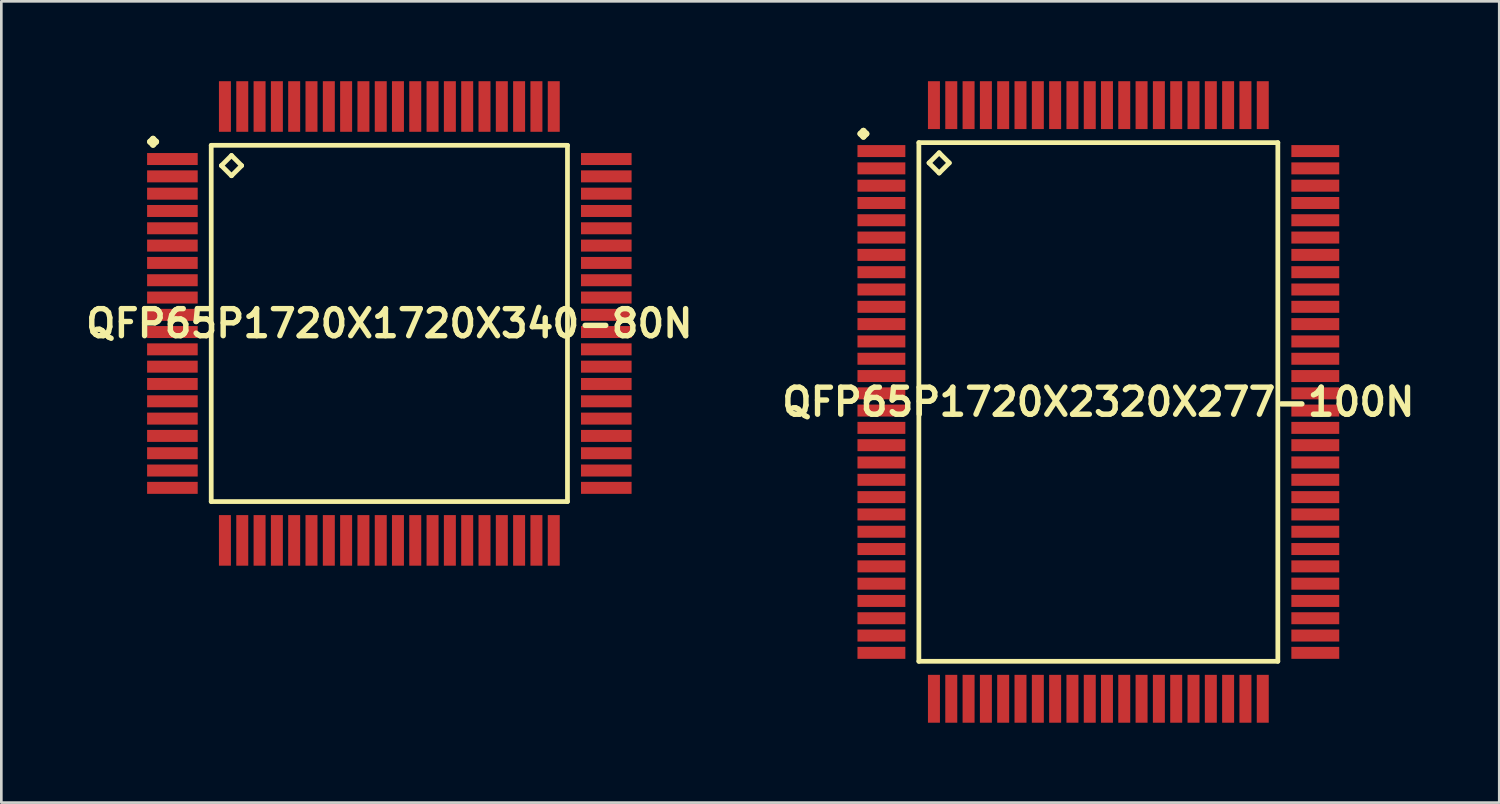
<source format=kicad_pcb>
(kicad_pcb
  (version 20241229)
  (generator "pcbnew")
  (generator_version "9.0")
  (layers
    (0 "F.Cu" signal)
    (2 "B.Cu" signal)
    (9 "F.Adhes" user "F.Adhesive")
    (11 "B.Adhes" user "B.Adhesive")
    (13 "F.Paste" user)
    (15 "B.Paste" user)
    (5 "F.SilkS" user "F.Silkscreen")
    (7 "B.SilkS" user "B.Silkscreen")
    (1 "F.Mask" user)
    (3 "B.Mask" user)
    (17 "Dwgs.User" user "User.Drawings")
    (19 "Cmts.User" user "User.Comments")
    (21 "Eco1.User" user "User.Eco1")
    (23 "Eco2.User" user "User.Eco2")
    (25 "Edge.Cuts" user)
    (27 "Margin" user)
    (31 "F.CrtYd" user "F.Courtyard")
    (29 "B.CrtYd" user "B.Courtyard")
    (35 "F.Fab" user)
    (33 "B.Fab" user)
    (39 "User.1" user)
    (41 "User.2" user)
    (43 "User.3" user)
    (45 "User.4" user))
  (footprint "QFP65P1720X1720X340-80N"
    (layer "F.Cu")
    (at 11.573 9.098)
    (property "Reference" "QFP65P1720X1720X340-80N" (at 0 0 0) (layer "F.SilkS") (effects (font (size 1.016 1.016) (thickness 0.203))))
    (attr smd)
    (fp_line (start -8.987 -6.825) (end -8.875 -6.937) (stroke (width 0.224) (type solid)) (layer "F.SilkS"))
    (fp_line (start -8.875 -6.937) (end -8.76 -6.825) (stroke (width 0.224) (type solid)) (layer "F.SilkS"))
    (fp_line (start -8.875 -6.711) (end -8.987 -6.825) (stroke (width 0.224) (type solid)) (layer "F.SilkS"))
    (fp_line (start -8.76 -6.825) (end -8.875 -6.711) (stroke (width 0.224) (type solid)) (layer "F.SilkS"))
    (fp_line (start -6.69 -6.69) (end -6.69 6.69) (stroke (width 0.178) (type solid)) (layer "F.SilkS"))
    (fp_line (start -6.69 6.69) (end 6.69 6.69) (stroke (width 0.178) (type solid)) (layer "F.SilkS"))
    (fp_line (start -6.309 -5.928) (end -5.928 -6.309) (stroke (width 0.178) (type solid)) (layer "F.SilkS"))
    (fp_line (start -5.928 -6.309) (end -5.547 -5.928) (stroke (width 0.178) (type solid)) (layer "F.SilkS"))
    (fp_line (start -5.928 -5.547) (end -6.309 -5.928) (stroke (width 0.178) (type solid)) (layer "F.SilkS"))
    (fp_line (start -5.547 -5.928) (end -5.928 -5.547) (stroke (width 0.178) (type solid)) (layer "F.SilkS"))
    (fp_line (start 6.69 -6.69) (end -6.69 -6.69) (stroke (width 0.178) (type solid)) (layer "F.SilkS"))
    (fp_line (start 6.69 6.69) (end 6.69 -6.69) (stroke (width 0.178) (type solid)) (layer "F.SilkS"))
    (pad "1" smd rect (at -8.148 -6.175) (size 1.9 0.45) (layers "F.Cu" "F.Mask" "F.Paste"))
    (pad "2" smd rect (at -8.148 -5.524) (size 1.9 0.45) (layers "F.Cu" "F.Mask" "F.Paste"))
    (pad "3" smd rect (at -8.148 -4.874) (size 1.9 0.45) (layers "F.Cu" "F.Mask" "F.Paste"))
    (pad "4" smd rect (at -8.148 -4.224) (size 1.9 0.45) (layers "F.Cu" "F.Mask" "F.Paste"))
    (pad "5" smd rect (at -8.148 -3.574) (size 1.9 0.45) (layers "F.Cu" "F.Mask" "F.Paste"))
    (pad "6" smd rect (at -8.148 -2.924) (size 1.9 0.45) (layers "F.Cu" "F.Mask" "F.Paste"))
    (pad "7" smd rect (at -8.148 -2.273) (size 1.9 0.45) (layers "F.Cu" "F.Mask" "F.Paste"))
    (pad "8" smd rect (at -8.148 -1.623) (size 1.9 0.45) (layers "F.Cu" "F.Mask" "F.Paste"))
    (pad "9" smd rect (at -8.148 -0.973) (size 1.9 0.45) (layers "F.Cu" "F.Mask" "F.Paste"))
    (pad "10" smd rect (at -8.148 -0.323) (size 1.9 0.45) (layers "F.Cu" "F.Mask" "F.Paste"))
    (pad "11" smd rect (at -8.148 0.323) (size 1.9 0.45) (layers "F.Cu" "F.Mask" "F.Paste"))
    (pad "12" smd rect (at -8.148 0.973) (size 1.9 0.45) (layers "F.Cu" "F.Mask" "F.Paste"))
    (pad "13" smd rect (at -8.148 1.623) (size 1.9 0.45) (layers "F.Cu" "F.Mask" "F.Paste"))
    (pad "14" smd rect (at -8.148 2.273) (size 1.9 0.45) (layers "F.Cu" "F.Mask" "F.Paste"))
    (pad "15" smd rect (at -8.148 2.924) (size 1.9 0.45) (layers "F.Cu" "F.Mask" "F.Paste"))
    (pad "16" smd rect (at -8.148 3.574) (size 1.9 0.45) (layers "F.Cu" "F.Mask" "F.Paste"))
    (pad "17" smd rect (at -8.148 4.224) (size 1.9 0.45) (layers "F.Cu" "F.Mask" "F.Paste"))
    (pad "18" smd rect (at -8.148 4.874) (size 1.9 0.45) (layers "F.Cu" "F.Mask" "F.Paste"))
    (pad "19" smd rect (at -8.148 5.524) (size 1.9 0.45) (layers "F.Cu" "F.Mask" "F.Paste"))
    (pad "20" smd rect (at -8.148 6.175) (size 1.9 0.45) (layers "F.Cu" "F.Mask" "F.Paste"))
    (pad "21" smd rect (at -6.175 8.148) (size 0.45 1.9) (layers "F.Cu" "F.Mask" "F.Paste"))
    (pad "22" smd rect (at -5.524 8.148) (size 0.45 1.9) (layers "F.Cu" "F.Mask" "F.Paste"))
    (pad "23" smd rect (at -4.874 8.148) (size 0.45 1.9) (layers "F.Cu" "F.Mask" "F.Paste"))
    (pad "24" smd rect (at -4.224 8.148) (size 0.45 1.9) (layers "F.Cu" "F.Mask" "F.Paste"))
    (pad "25" smd rect (at -3.574 8.148) (size 0.45 1.9) (layers "F.Cu" "F.Mask" "F.Paste"))
    (pad "26" smd rect (at -2.924 8.148) (size 0.45 1.9) (layers "F.Cu" "F.Mask" "F.Paste"))
    (pad "27" smd rect (at -2.273 8.148) (size 0.45 1.9) (layers "F.Cu" "F.Mask" "F.Paste"))
    (pad "28" smd rect (at -1.623 8.148) (size 0.45 1.9) (layers "F.Cu" "F.Mask" "F.Paste"))
    (pad "29" smd rect (at -0.973 8.148) (size 0.45 1.9) (layers "F.Cu" "F.Mask" "F.Paste"))
    (pad "30" smd rect (at -0.323 8.148) (size 0.45 1.9) (layers "F.Cu" "F.Mask" "F.Paste"))
    (pad "31" smd rect (at 0.323 8.148) (size 0.45 1.9) (layers "F.Cu" "F.Mask" "F.Paste"))
    (pad "32" smd rect (at 0.973 8.148) (size 0.45 1.9) (layers "F.Cu" "F.Mask" "F.Paste"))
    (pad "33" smd rect (at 1.623 8.148) (size 0.45 1.9) (layers "F.Cu" "F.Mask" "F.Paste"))
    (pad "34" smd rect (at 2.273 8.148) (size 0.45 1.9) (layers "F.Cu" "F.Mask" "F.Paste"))
    (pad "35" smd rect (at 2.924 8.148) (size 0.45 1.9) (layers "F.Cu" "F.Mask" "F.Paste"))
    (pad "36" smd rect (at 3.574 8.148) (size 0.45 1.9) (layers "F.Cu" "F.Mask" "F.Paste"))
    (pad "37" smd rect (at 4.224 8.148) (size 0.45 1.9) (layers "F.Cu" "F.Mask" "F.Paste"))
    (pad "38" smd rect (at 4.874 8.148) (size 0.45 1.9) (layers "F.Cu" "F.Mask" "F.Paste"))
    (pad "39" smd rect (at 5.524 8.148) (size 0.45 1.9) (layers "F.Cu" "F.Mask" "F.Paste"))
    (pad "40" smd rect (at 6.175 8.148) (size 0.45 1.9) (layers "F.Cu" "F.Mask" "F.Paste"))
    (pad "41" smd rect (at 8.148 6.175) (size 1.9 0.45) (layers "F.Cu" "F.Mask" "F.Paste"))
    (pad "42" smd rect (at 8.148 5.524) (size 1.9 0.45) (layers "F.Cu" "F.Mask" "F.Paste"))
    (pad "43" smd rect (at 8.148 4.874) (size 1.9 0.45) (layers "F.Cu" "F.Mask" "F.Paste"))
    (pad "44" smd rect (at 8.148 4.224) (size 1.9 0.45) (layers "F.Cu" "F.Mask" "F.Paste"))
    (pad "45" smd rect (at 8.148 3.574) (size 1.9 0.45) (layers "F.Cu" "F.Mask" "F.Paste"))
    (pad "46" smd rect (at 8.148 2.924) (size 1.9 0.45) (layers "F.Cu" "F.Mask" "F.Paste"))
    (pad "47" smd rect (at 8.148 2.273) (size 1.9 0.45) (layers "F.Cu" "F.Mask" "F.Paste"))
    (pad "48" smd rect (at 8.148 1.623) (size 1.9 0.45) (layers "F.Cu" "F.Mask" "F.Paste"))
    (pad "49" smd rect (at 8.148 0.973) (size 1.9 0.45) (layers "F.Cu" "F.Mask" "F.Paste"))
    (pad "50" smd rect (at 8.148 0.323) (size 1.9 0.45) (layers "F.Cu" "F.Mask" "F.Paste"))
    (pad "51" smd rect (at 8.148 -0.323) (size 1.9 0.45) (layers "F.Cu" "F.Mask" "F.Paste"))
    (pad "52" smd rect (at 8.148 -0.973) (size 1.9 0.45) (layers "F.Cu" "F.Mask" "F.Paste"))
    (pad "53" smd rect (at 8.148 -1.623) (size 1.9 0.45) (layers "F.Cu" "F.Mask" "F.Paste"))
    (pad "54" smd rect (at 8.148 -2.273) (size 1.9 0.45) (layers "F.Cu" "F.Mask" "F.Paste"))
    (pad "55" smd rect (at 8.148 -2.924) (size 1.9 0.45) (layers "F.Cu" "F.Mask" "F.Paste"))
    (pad "56" smd rect (at 8.148 -3.574) (size 1.9 0.45) (layers "F.Cu" "F.Mask" "F.Paste"))
    (pad "57" smd rect (at 8.148 -4.224) (size 1.9 0.45) (layers "F.Cu" "F.Mask" "F.Paste"))
    (pad "58" smd rect (at 8.148 -4.874) (size 1.9 0.45) (layers "F.Cu" "F.Mask" "F.Paste"))
    (pad "59" smd rect (at 8.148 -5.524) (size 1.9 0.45) (layers "F.Cu" "F.Mask" "F.Paste"))
    (pad "60" smd rect (at 8.148 -6.175) (size 1.9 0.45) (layers "F.Cu" "F.Mask" "F.Paste"))
    (pad "61" smd rect (at 6.175 -8.148) (size 0.45 1.9) (layers "F.Cu" "F.Mask" "F.Paste"))
    (pad "62" smd rect (at 5.524 -8.148) (size 0.45 1.9) (layers "F.Cu" "F.Mask" "F.Paste"))
    (pad "63" smd rect (at 4.874 -8.148) (size 0.45 1.9) (layers "F.Cu" "F.Mask" "F.Paste"))
    (pad "64" smd rect (at 4.224 -8.148) (size 0.45 1.9) (layers "F.Cu" "F.Mask" "F.Paste"))
    (pad "65" smd rect (at 3.574 -8.148) (size 0.45 1.9) (layers "F.Cu" "F.Mask" "F.Paste"))
    (pad "66" smd rect (at 2.924 -8.148) (size 0.45 1.9) (layers "F.Cu" "F.Mask" "F.Paste"))
    (pad "67" smd rect (at 2.273 -8.148) (size 0.45 1.9) (layers "F.Cu" "F.Mask" "F.Paste"))
    (pad "68" smd rect (at 1.623 -8.148) (size 0.45 1.9) (layers "F.Cu" "F.Mask" "F.Paste"))
    (pad "69" smd rect (at 0.973 -8.148) (size 0.45 1.9) (layers "F.Cu" "F.Mask" "F.Paste"))
    (pad "70" smd rect (at 0.323 -8.148) (size 0.45 1.9) (layers "F.Cu" "F.Mask" "F.Paste"))
    (pad "71" smd rect (at -0.323 -8.148) (size 0.45 1.9) (layers "F.Cu" "F.Mask" "F.Paste"))
    (pad "72" smd rect (at -0.973 -8.148) (size 0.45 1.9) (layers "F.Cu" "F.Mask" "F.Paste"))
    (pad "73" smd rect (at -1.623 -8.148) (size 0.45 1.9) (layers "F.Cu" "F.Mask" "F.Paste"))
    (pad "74" smd rect (at -2.273 -8.148) (size 0.45 1.9) (layers "F.Cu" "F.Mask" "F.Paste"))
    (pad "75" smd rect (at -2.924 -8.148) (size 0.45 1.9) (layers "F.Cu" "F.Mask" "F.Paste"))
    (pad "76" smd rect (at -3.574 -8.148) (size 0.45 1.9) (layers "F.Cu" "F.Mask" "F.Paste"))
    (pad "77" smd rect (at -4.224 -8.148) (size 0.45 1.9) (layers "F.Cu" "F.Mask" "F.Paste"))
    (pad "78" smd rect (at -4.874 -8.148) (size 0.45 1.9) (layers "F.Cu" "F.Mask" "F.Paste"))
    (pad "79" smd rect (at -5.524 -8.148) (size 0.45 1.9) (layers "F.Cu" "F.Mask" "F.Paste"))
    (pad "80" smd rect (at -6.175 -8.148) (size 0.45 1.9) (layers "F.Cu" "F.Mask" "F.Paste")))
  (footprint "QFP65P1720X2320X277-100N"
    (layer "F.Cu")
    (at 38.202 12.047)
    (property "Reference" "QFP65P1720X2320X277-100N" (at 0 0 0) (layer "F.SilkS") (effects (font (size 1.016 1.016) (thickness 0.203))))
    (attr smd)
    (fp_line (start -8.936 -10.074) (end -8.824 -10.185) (stroke (width 0.224) (type solid)) (layer "F.SilkS"))
    (fp_line (start -8.824 -10.185) (end -8.712 -10.074) (stroke (width 0.224) (type solid)) (layer "F.SilkS"))
    (fp_line (start -8.824 -9.962) (end -8.936 -10.074) (stroke (width 0.224) (type solid)) (layer "F.SilkS"))
    (fp_line (start -8.712 -10.074) (end -8.824 -9.962) (stroke (width 0.224) (type solid)) (layer "F.SilkS"))
    (fp_line (start -6.741 -9.741) (end -6.741 9.741) (stroke (width 0.178) (type solid)) (layer "F.SilkS"))
    (fp_line (start -6.741 9.741) (end 6.741 9.741) (stroke (width 0.178) (type solid)) (layer "F.SilkS"))
    (fp_line (start -6.36 -8.979) (end -5.979 -9.36) (stroke (width 0.178) (type solid)) (layer "F.SilkS"))
    (fp_line (start -5.979 -9.36) (end -5.598 -8.979) (stroke (width 0.178) (type solid)) (layer "F.SilkS"))
    (fp_line (start -5.979 -8.598) (end -6.36 -8.979) (stroke (width 0.178) (type solid)) (layer "F.SilkS"))
    (fp_line (start -5.598 -8.979) (end -5.979 -8.598) (stroke (width 0.178) (type solid)) (layer "F.SilkS"))
    (fp_line (start 6.741 -9.741) (end -6.741 -9.741) (stroke (width 0.178) (type solid)) (layer "F.SilkS"))
    (fp_line (start 6.741 9.741) (end 6.741 -9.741) (stroke (width 0.178) (type solid)) (layer "F.SilkS"))
    (pad "1" smd rect (at -8.148 -9.423) (size 1.798 0.45) (layers "F.Cu" "F.Mask" "F.Paste"))
    (pad "2" smd rect (at -8.148 -8.773) (size 1.798 0.45) (layers "F.Cu" "F.Mask" "F.Paste"))
    (pad "3" smd rect (at -8.148 -8.123) (size 1.798 0.45) (layers "F.Cu" "F.Mask" "F.Paste"))
    (pad "4" smd rect (at -8.148 -7.473) (size 1.798 0.45) (layers "F.Cu" "F.Mask" "F.Paste"))
    (pad "5" smd rect (at -8.148 -6.825) (size 1.798 0.45) (layers "F.Cu" "F.Mask" "F.Paste"))
    (pad "6" smd rect (at -8.148 -6.175) (size 1.798 0.45) (layers "F.Cu" "F.Mask" "F.Paste"))
    (pad "7" smd rect (at -8.148 -5.524) (size 1.798 0.45) (layers "F.Cu" "F.Mask" "F.Paste"))
    (pad "8" smd rect (at -8.148 -4.874) (size 1.798 0.45) (layers "F.Cu" "F.Mask" "F.Paste"))
    (pad "9" smd rect (at -8.148 -4.224) (size 1.798 0.45) (layers "F.Cu" "F.Mask" "F.Paste"))
    (pad "10" smd rect (at -8.148 -3.574) (size 1.798 0.45) (layers "F.Cu" "F.Mask" "F.Paste"))
    (pad "11" smd rect (at -8.148 -2.924) (size 1.798 0.45) (layers "F.Cu" "F.Mask" "F.Paste"))
    (pad "12" smd rect (at -8.148 -2.273) (size 1.798 0.45) (layers "F.Cu" "F.Mask" "F.Paste"))
    (pad "13" smd rect (at -8.148 -1.623) (size 1.798 0.45) (layers "F.Cu" "F.Mask" "F.Paste"))
    (pad "14" smd rect (at -8.148 -0.973) (size 1.798 0.45) (layers "F.Cu" "F.Mask" "F.Paste"))
    (pad "15" smd rect (at -8.148 -0.323) (size 1.798 0.45) (layers "F.Cu" "F.Mask" "F.Paste"))
    (pad "16" smd rect (at -8.148 0.323) (size 1.798 0.45) (layers "F.Cu" "F.Mask" "F.Paste"))
    (pad "17" smd rect (at -8.148 0.973) (size 1.798 0.45) (layers "F.Cu" "F.Mask" "F.Paste"))
    (pad "18" smd rect (at -8.148 1.623) (size 1.798 0.45) (layers "F.Cu" "F.Mask" "F.Paste"))
    (pad "19" smd rect (at -8.148 2.273) (size 1.798 0.45) (layers "F.Cu" "F.Mask" "F.Paste"))
    (pad "20" smd rect (at -8.148 2.924) (size 1.798 0.45) (layers "F.Cu" "F.Mask" "F.Paste"))
    (pad "21" smd rect (at -8.148 3.574) (size 1.798 0.45) (layers "F.Cu" "F.Mask" "F.Paste"))
    (pad "22" smd rect (at -8.148 4.224) (size 1.798 0.45) (layers "F.Cu" "F.Mask" "F.Paste"))
    (pad "23" smd rect (at -8.148 4.874) (size 1.798 0.45) (layers "F.Cu" "F.Mask" "F.Paste"))
    (pad "24" smd rect (at -8.148 5.524) (size 1.798 0.45) (layers "F.Cu" "F.Mask" "F.Paste"))
    (pad "25" smd rect (at -8.148 6.175) (size 1.798 0.45) (layers "F.Cu" "F.Mask" "F.Paste"))
    (pad "26" smd rect (at -8.148 6.825) (size 1.798 0.45) (layers "F.Cu" "F.Mask" "F.Paste"))
    (pad "27" smd rect (at -8.148 7.473) (size 1.798 0.45) (layers "F.Cu" "F.Mask" "F.Paste"))
    (pad "28" smd rect (at -8.148 8.123) (size 1.798 0.45) (layers "F.Cu" "F.Mask" "F.Paste"))
    (pad "29" smd rect (at -8.148 8.773) (size 1.798 0.45) (layers "F.Cu" "F.Mask" "F.Paste"))
    (pad "30" smd rect (at -8.148 9.423) (size 1.798 0.45) (layers "F.Cu" "F.Mask" "F.Paste"))
    (pad "31" smd rect (at -6.175 11.148) (size 0.45 1.798) (layers "F.Cu" "F.Mask" "F.Paste"))
    (pad "32" smd rect (at -5.524 11.148) (size 0.45 1.798) (layers "F.Cu" "F.Mask" "F.Paste"))
    (pad "33" smd rect (at -4.874 11.148) (size 0.45 1.798) (layers "F.Cu" "F.Mask" "F.Paste"))
    (pad "34" smd rect (at -4.224 11.148) (size 0.45 1.798) (layers "F.Cu" "F.Mask" "F.Paste"))
    (pad "35" smd rect (at -3.574 11.148) (size 0.45 1.798) (layers "F.Cu" "F.Mask" "F.Paste"))
    (pad "36" smd rect (at -2.924 11.148) (size 0.45 1.798) (layers "F.Cu" "F.Mask" "F.Paste"))
    (pad "37" smd rect (at -2.273 11.148) (size 0.45 1.798) (layers "F.Cu" "F.Mask" "F.Paste"))
    (pad "38" smd rect (at -1.623 11.148) (size 0.45 1.798) (layers "F.Cu" "F.Mask" "F.Paste"))
    (pad "39" smd rect (at -0.973 11.148) (size 0.45 1.798) (layers "F.Cu" "F.Mask" "F.Paste"))
    (pad "40" smd rect (at -0.323 11.148) (size 0.45 1.798) (layers "F.Cu" "F.Mask" "F.Paste"))
    (pad "41" smd rect (at 0.323 11.148) (size 0.45 1.798) (layers "F.Cu" "F.Mask" "F.Paste"))
    (pad "42" smd rect (at 0.973 11.148) (size 0.45 1.798) (layers "F.Cu" "F.Mask" "F.Paste"))
    (pad "43" smd rect (at 1.623 11.148) (size 0.45 1.798) (layers "F.Cu" "F.Mask" "F.Paste"))
    (pad "44" smd rect (at 2.273 11.148) (size 0.45 1.798) (layers "F.Cu" "F.Mask" "F.Paste"))
    (pad "45" smd rect (at 2.924 11.148) (size 0.45 1.798) (layers "F.Cu" "F.Mask" "F.Paste"))
    (pad "46" smd rect (at 3.574 11.148) (size 0.45 1.798) (layers "F.Cu" "F.Mask" "F.Paste"))
    (pad "47" smd rect (at 4.224 11.148) (size 0.45 1.798) (layers "F.Cu" "F.Mask" "F.Paste"))
    (pad "48" smd rect (at 4.874 11.148) (size 0.45 1.798) (layers "F.Cu" "F.Mask" "F.Paste"))
    (pad "49" smd rect (at 5.524 11.148) (size 0.45 1.798) (layers "F.Cu" "F.Mask" "F.Paste"))
    (pad "50" smd rect (at 6.175 11.148) (size 0.45 1.798) (layers "F.Cu" "F.Mask" "F.Paste"))
    (pad "51" smd rect (at 8.148 9.423) (size 1.798 0.45) (layers "F.Cu" "F.Mask" "F.Paste"))
    (pad "52" smd rect (at 8.148 8.773) (size 1.798 0.45) (layers "F.Cu" "F.Mask" "F.Paste"))
    (pad "53" smd rect (at 8.148 8.123) (size 1.798 0.45) (layers "F.Cu" "F.Mask" "F.Paste"))
    (pad "54" smd rect (at 8.148 7.473) (size 1.798 0.45) (layers "F.Cu" "F.Mask" "F.Paste"))
    (pad "55" smd rect (at 8.148 6.825) (size 1.798 0.45) (layers "F.Cu" "F.Mask" "F.Paste"))
    (pad "56" smd rect (at 8.148 6.175) (size 1.798 0.45) (layers "F.Cu" "F.Mask" "F.Paste"))
    (pad "57" smd rect (at 8.148 5.524) (size 1.798 0.45) (layers "F.Cu" "F.Mask" "F.Paste"))
    (pad "58" smd rect (at 8.148 4.874) (size 1.798 0.45) (layers "F.Cu" "F.Mask" "F.Paste"))
    (pad "59" smd rect (at 8.148 4.224) (size 1.798 0.45) (layers "F.Cu" "F.Mask" "F.Paste"))
    (pad "60" smd rect (at 8.148 3.574) (size 1.798 0.45) (layers "F.Cu" "F.Mask" "F.Paste"))
    (pad "61" smd rect (at 8.148 2.924) (size 1.798 0.45) (layers "F.Cu" "F.Mask" "F.Paste"))
    (pad "62" smd rect (at 8.148 2.273) (size 1.798 0.45) (layers "F.Cu" "F.Mask" "F.Paste"))
    (pad "63" smd rect (at 8.148 1.623) (size 1.798 0.45) (layers "F.Cu" "F.Mask" "F.Paste"))
    (pad "64" smd rect (at 8.148 0.973) (size 1.798 0.45) (layers "F.Cu" "F.Mask" "F.Paste"))
    (pad "65" smd rect (at 8.148 0.323) (size 1.798 0.45) (layers "F.Cu" "F.Mask" "F.Paste"))
    (pad "66" smd rect (at 8.148 -0.323) (size 1.798 0.45) (layers "F.Cu" "F.Mask" "F.Paste"))
    (pad "67" smd rect (at 8.148 -0.973) (size 1.798 0.45) (layers "F.Cu" "F.Mask" "F.Paste"))
    (pad "68" smd rect (at 8.148 -1.623) (size 1.798 0.45) (layers "F.Cu" "F.Mask" "F.Paste"))
    (pad "69" smd rect (at 8.148 -2.273) (size 1.798 0.45) (layers "F.Cu" "F.Mask" "F.Paste"))
    (pad "70" smd rect (at 8.148 -2.924) (size 1.798 0.45) (layers "F.Cu" "F.Mask" "F.Paste"))
    (pad "71" smd rect (at 8.148 -3.574) (size 1.798 0.45) (layers "F.Cu" "F.Mask" "F.Paste"))
    (pad "72" smd rect (at 8.148 -4.224) (size 1.798 0.45) (layers "F.Cu" "F.Mask" "F.Paste"))
    (pad "73" smd rect (at 8.148 -4.874) (size 1.798 0.45) (layers "F.Cu" "F.Mask" "F.Paste"))
    (pad "74" smd rect (at 8.148 -5.524) (size 1.798 0.45) (layers "F.Cu" "F.Mask" "F.Paste"))
    (pad "75" smd rect (at 8.148 -6.175) (size 1.798 0.45) (layers "F.Cu" "F.Mask" "F.Paste"))
    (pad "76" smd rect (at 8.148 -6.825) (size 1.798 0.45) (layers "F.Cu" "F.Mask" "F.Paste"))
    (pad "77" smd rect (at 8.148 -7.473) (size 1.798 0.45) (layers "F.Cu" "F.Mask" "F.Paste"))
    (pad "78" smd rect (at 8.148 -8.123) (size 1.798 0.45) (layers "F.Cu" "F.Mask" "F.Paste"))
    (pad "79" smd rect (at 8.148 -8.773) (size 1.798 0.45) (layers "F.Cu" "F.Mask" "F.Paste"))
    (pad "80" smd rect (at 8.148 -9.423) (size 1.798 0.45) (layers "F.Cu" "F.Mask" "F.Paste"))
    (pad "81" smd rect (at 6.175 -11.148) (size 0.45 1.798) (layers "F.Cu" "F.Mask" "F.Paste"))
    (pad "82" smd rect (at 5.524 -11.148) (size 0.45 1.798) (layers "F.Cu" "F.Mask" "F.Paste"))
    (pad "83" smd rect (at 4.874 -11.148) (size 0.45 1.798) (layers "F.Cu" "F.Mask" "F.Paste"))
    (pad "84" smd rect (at 4.224 -11.148) (size 0.45 1.798) (layers "F.Cu" "F.Mask" "F.Paste"))
    (pad "85" smd rect (at 3.574 -11.148) (size 0.45 1.798) (layers "F.Cu" "F.Mask" "F.Paste"))
    (pad "86" smd rect (at 2.924 -11.148) (size 0.45 1.798) (layers "F.Cu" "F.Mask" "F.Paste"))
    (pad "87" smd rect (at 2.273 -11.148) (size 0.45 1.798) (layers "F.Cu" "F.Mask" "F.Paste"))
    (pad "88" smd rect (at 1.623 -11.148) (size 0.45 1.798) (layers "F.Cu" "F.Mask" "F.Paste"))
    (pad "89" smd rect (at 0.973 -11.148) (size 0.45 1.798) (layers "F.Cu" "F.Mask" "F.Paste"))
    (pad "90" smd rect (at 0.323 -11.148) (size 0.45 1.798) (layers "F.Cu" "F.Mask" "F.Paste"))
    (pad "91" smd rect (at -0.323 -11.148) (size 0.45 1.798) (layers "F.Cu" "F.Mask" "F.Paste"))
    (pad "92" smd rect (at -0.973 -11.148) (size 0.45 1.798) (layers "F.Cu" "F.Mask" "F.Paste"))
    (pad "93" smd rect (at -1.623 -11.148) (size 0.45 1.798) (layers "F.Cu" "F.Mask" "F.Paste"))
    (pad "94" smd rect (at -2.273 -11.148) (size 0.45 1.798) (layers "F.Cu" "F.Mask" "F.Paste"))
    (pad "95" smd rect (at -2.924 -11.148) (size 0.45 1.798) (layers "F.Cu" "F.Mask" "F.Paste"))
    (pad "96" smd rect (at -3.574 -11.148) (size 0.45 1.798) (layers "F.Cu" "F.Mask" "F.Paste"))
    (pad "97" smd rect (at -4.224 -11.148) (size 0.45 1.798) (layers "F.Cu" "F.Mask" "F.Paste"))
    (pad "98" smd rect (at -4.874 -11.148) (size 0.45 1.798) (layers "F.Cu" "F.Mask" "F.Paste"))
    (pad "99" smd rect (at -5.524 -11.148) (size 0.45 1.798) (layers "F.Cu" "F.Mask" "F.Paste"))
    (pad "100" smd rect (at -6.175 -11.148) (size 0.45 1.798) (layers "F.Cu" "F.Mask" "F.Paste")))
  (gr_rect
    (start -3 -3)
    (end 53.259 27.094)
    (stroke (width 0.1) (type default))
    (fill no)
    (layer "Edge.Cuts")))
</source>
